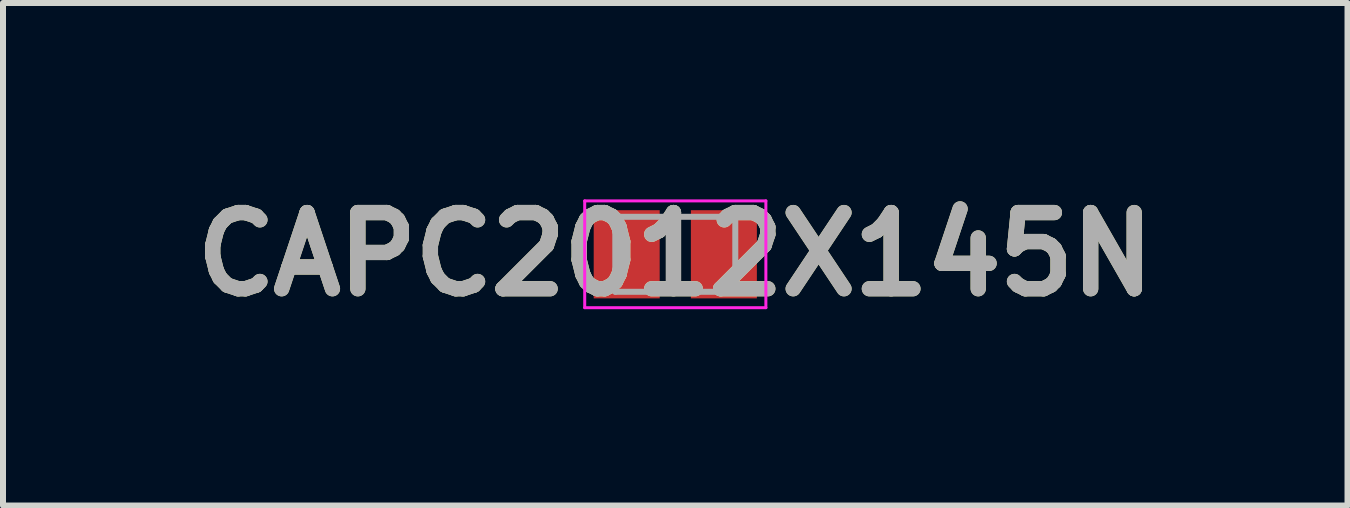
<source format=kicad_pcb>
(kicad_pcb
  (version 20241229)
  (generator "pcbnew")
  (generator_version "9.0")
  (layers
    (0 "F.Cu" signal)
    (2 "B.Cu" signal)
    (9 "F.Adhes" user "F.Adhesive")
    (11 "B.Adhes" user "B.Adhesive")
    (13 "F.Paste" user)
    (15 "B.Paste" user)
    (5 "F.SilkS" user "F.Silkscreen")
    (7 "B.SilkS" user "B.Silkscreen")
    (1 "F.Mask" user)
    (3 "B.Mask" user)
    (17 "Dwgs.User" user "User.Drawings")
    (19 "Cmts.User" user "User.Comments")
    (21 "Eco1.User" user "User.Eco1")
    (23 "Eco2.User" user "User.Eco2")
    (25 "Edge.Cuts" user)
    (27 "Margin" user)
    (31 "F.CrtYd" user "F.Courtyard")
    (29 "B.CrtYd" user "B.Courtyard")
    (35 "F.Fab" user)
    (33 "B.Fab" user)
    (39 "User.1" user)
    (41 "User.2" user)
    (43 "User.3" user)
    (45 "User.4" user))
  (footprint "CAPC2012X145N"
    (layer "F.Cu")
    (at 8.207 1.189)
    (property "Reference" "CAPC2012X145N" (at 0 0 0) (layer "F.SilkS") (effects (font (size 1.27 1.27) (thickness 0.254))))
    (attr smd)
    (fp_line (start -1.51 -0.89) (end 1.51 -0.89) (stroke (width 0.05) (type solid)) (layer "F.CrtYd"))
    (fp_line (start -1.51 0.89) (end -1.51 -0.89) (stroke (width 0.05) (type solid)) (layer "F.CrtYd"))
    (fp_line (start 1.51 -0.89) (end 1.51 0.89) (stroke (width 0.05) (type solid)) (layer "F.CrtYd"))
    (fp_line (start 1.51 0.89) (end -1.51 0.89) (stroke (width 0.05) (type solid)) (layer "F.CrtYd"))
    (fp_line (start -1 -0.625) (end 1 -0.625) (stroke (width 0.1) (type solid)) (layer "F.Fab"))
    (fp_line (start -1 0.625) (end -1 -0.625) (stroke (width 0.1) (type solid)) (layer "F.Fab"))
    (fp_line (start 1 -0.625) (end 1 0.625) (stroke (width 0.1) (type solid)) (layer "F.Fab"))
    (fp_line (start 1 0.625) (end -1 0.625) (stroke (width 0.1) (type solid)) (layer "F.Fab"))
    (fp_text user "${REFERENCE}" (at 0 0 0) (layer "F.Fab") (effects (font (size 1.27 1.27) (thickness 0.254))))
    (pad "1" smd rect (at -0.81 0) (size 1.1 1.47) (layers "F.Cu" "F.Mask" "F.Paste"))
    (pad "2" smd rect (at 0.81 0) (size 1.1 1.47) (layers "F.Cu" "F.Mask" "F.Paste")))
  (gr_rect
    (start -3 -3)
    (end 19.413 5.377)
    (stroke (width 0.1) (type default))
    (fill no)
    (layer "Edge.Cuts")))
</source>
